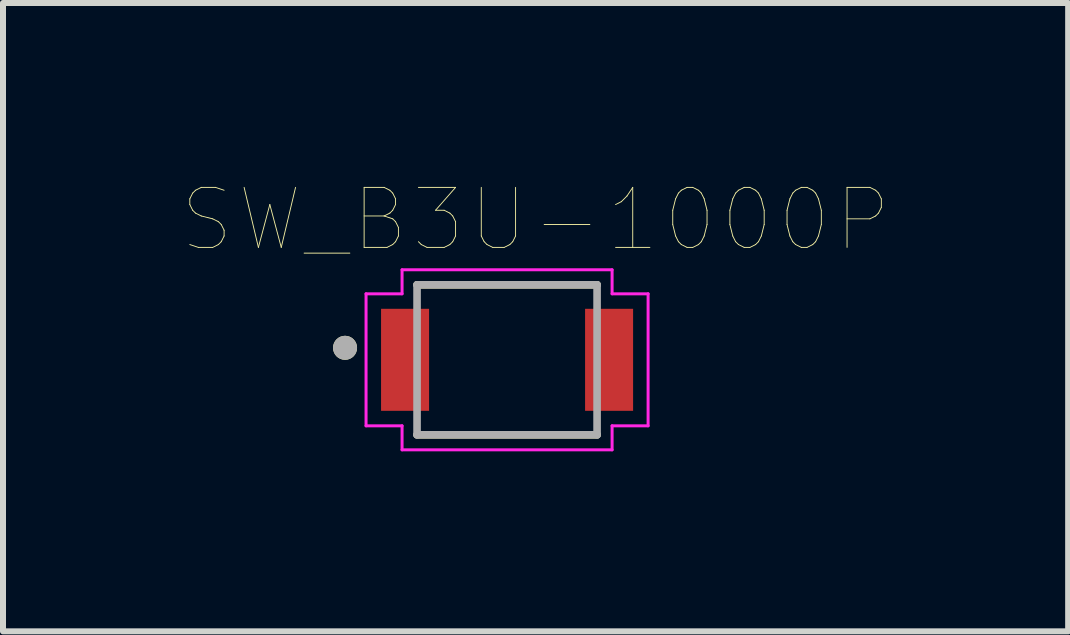
<source format=kicad_pcb>
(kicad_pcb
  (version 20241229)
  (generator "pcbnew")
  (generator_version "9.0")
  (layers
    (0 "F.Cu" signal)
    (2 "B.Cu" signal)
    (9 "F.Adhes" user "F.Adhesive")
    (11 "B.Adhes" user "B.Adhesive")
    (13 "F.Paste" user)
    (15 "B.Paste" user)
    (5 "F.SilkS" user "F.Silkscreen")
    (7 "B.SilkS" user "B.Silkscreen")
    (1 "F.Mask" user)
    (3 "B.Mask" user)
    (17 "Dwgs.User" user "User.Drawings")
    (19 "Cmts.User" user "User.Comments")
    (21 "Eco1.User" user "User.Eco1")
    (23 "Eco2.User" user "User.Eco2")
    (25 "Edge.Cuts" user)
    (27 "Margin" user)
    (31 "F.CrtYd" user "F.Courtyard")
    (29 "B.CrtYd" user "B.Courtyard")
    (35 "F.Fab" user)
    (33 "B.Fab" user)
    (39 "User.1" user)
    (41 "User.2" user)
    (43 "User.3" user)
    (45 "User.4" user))
  (footprint "SW_B3U-1000P"
    (layer "F.Cu")
    (at 5.4 2.946)
    (property "Reference" "SW_B3U-1000P" (at 0.475 -2.335 0) (layer "F.SilkS") (effects (font (size 1 1) (thickness 0.015))))
    (attr through_hole)
    (fp_line (start -1.5 -1.25) (end 1.5 -1.25) (stroke (width 0.127) (type solid)) (layer "F.SilkS"))
    (fp_line (start -1.5 1.25) (end 1.5 1.25) (stroke (width 0.127) (type solid)) (layer "F.SilkS"))
    (fp_circle (center -2.7 -0.2) (end -2.6 -0.2) (stroke (width 0.2) (type solid)) (fill no) (layer "F.SilkS"))
    (fp_line (start -2.35 -1.1) (end -1.75 -1.1) (stroke (width 0.05) (type solid)) (layer "F.CrtYd"))
    (fp_line (start -2.35 1.1) (end -2.35 -1.1) (stroke (width 0.05) (type solid)) (layer "F.CrtYd"))
    (fp_line (start -1.75 -1.5) (end 1.75 -1.5) (stroke (width 0.05) (type solid)) (layer "F.CrtYd"))
    (fp_line (start -1.75 -1.1) (end -1.75 -1.5) (stroke (width 0.05) (type solid)) (layer "F.CrtYd"))
    (fp_line (start -1.75 1.1) (end -2.35 1.1) (stroke (width 0.05) (type solid)) (layer "F.CrtYd"))
    (fp_line (start -1.75 1.5) (end -1.75 1.1) (stroke (width 0.05) (type solid)) (layer "F.CrtYd"))
    (fp_line (start 1.75 -1.5) (end 1.75 -1.1) (stroke (width 0.05) (type solid)) (layer "F.CrtYd"))
    (fp_line (start 1.75 -1.1) (end 2.35 -1.1) (stroke (width 0.05) (type solid)) (layer "F.CrtYd"))
    (fp_line (start 1.75 1.1) (end 1.75 1.5) (stroke (width 0.05) (type solid)) (layer "F.CrtYd"))
    (fp_line (start 1.75 1.5) (end -1.75 1.5) (stroke (width 0.05) (type solid)) (layer "F.CrtYd"))
    (fp_line (start 2.35 -1.1) (end 2.35 1.1) (stroke (width 0.05) (type solid)) (layer "F.CrtYd"))
    (fp_line (start 2.35 1.1) (end 1.75 1.1) (stroke (width 0.05) (type solid)) (layer "F.CrtYd"))
    (fp_line (start -1.5 1.25) (end -1.5 -1.25) (stroke (width 0.127) (type solid)) (layer "F.Fab"))
    (fp_line (start 1.5 -1.25) (end -1.5 -1.25) (stroke (width 0.127) (type solid)) (layer "F.Fab"))
    (fp_line (start 1.5 -1.25) (end 1.5 1.25) (stroke (width 0.127) (type solid)) (layer "F.Fab"))
    (fp_line (start 1.5 1.25) (end -1.5 1.25) (stroke (width 0.127) (type solid)) (layer "F.Fab"))
    (fp_circle (center -2.7 -0.2) (end -2.6 -0.2) (stroke (width 0.2) (type solid)) (fill no) (layer "F.Fab"))
    (pad "1" smd rect (at -1.7 0) (size 0.8 1.7) (layers "F.Cu" "F.Mask" "F.Paste"))
    (pad "2" smd rect (at 1.7 0) (size 0.8 1.7) (layers "F.Cu" "F.Mask" "F.Paste")))
  (gr_rect
    (start -3 -3)
    (end 14.75 7.471)
    (stroke (width 0.1) (type default))
    (fill no)
    (layer "Edge.Cuts")))
</source>
